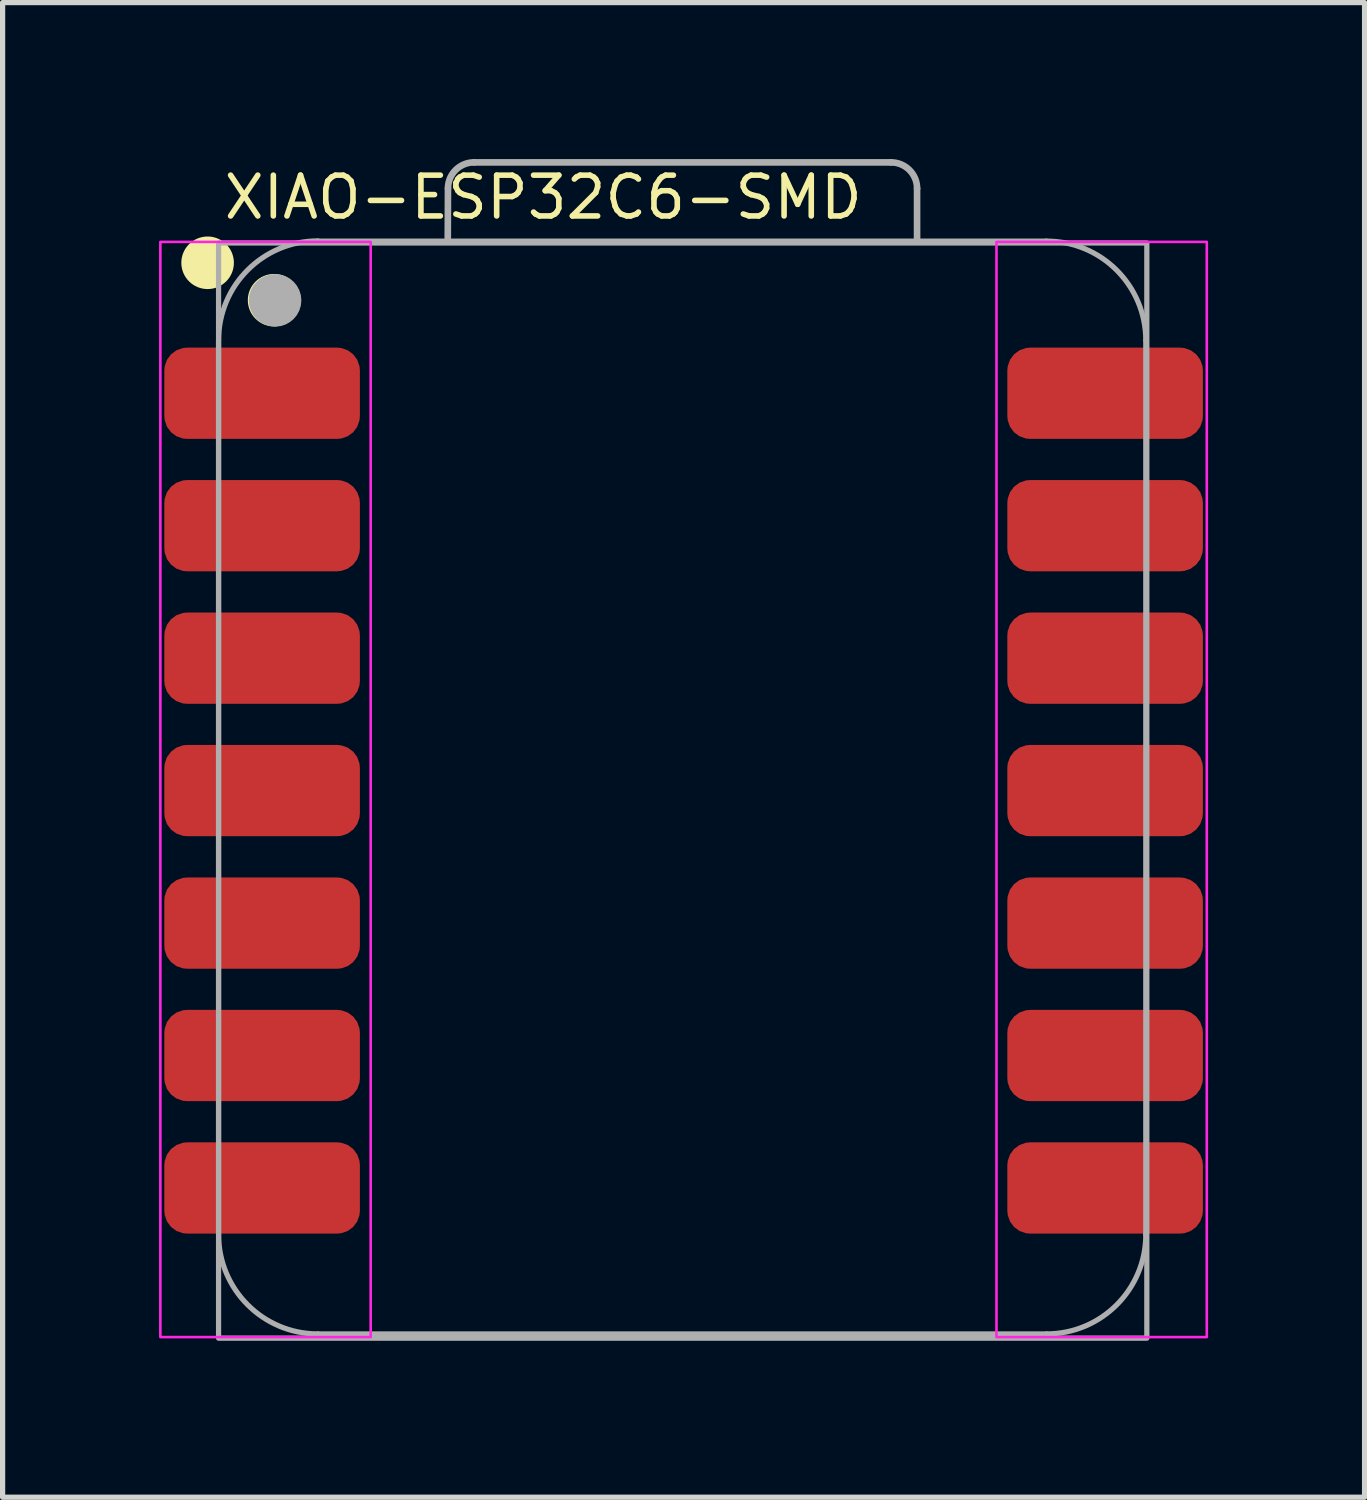
<source format=kicad_pcb>
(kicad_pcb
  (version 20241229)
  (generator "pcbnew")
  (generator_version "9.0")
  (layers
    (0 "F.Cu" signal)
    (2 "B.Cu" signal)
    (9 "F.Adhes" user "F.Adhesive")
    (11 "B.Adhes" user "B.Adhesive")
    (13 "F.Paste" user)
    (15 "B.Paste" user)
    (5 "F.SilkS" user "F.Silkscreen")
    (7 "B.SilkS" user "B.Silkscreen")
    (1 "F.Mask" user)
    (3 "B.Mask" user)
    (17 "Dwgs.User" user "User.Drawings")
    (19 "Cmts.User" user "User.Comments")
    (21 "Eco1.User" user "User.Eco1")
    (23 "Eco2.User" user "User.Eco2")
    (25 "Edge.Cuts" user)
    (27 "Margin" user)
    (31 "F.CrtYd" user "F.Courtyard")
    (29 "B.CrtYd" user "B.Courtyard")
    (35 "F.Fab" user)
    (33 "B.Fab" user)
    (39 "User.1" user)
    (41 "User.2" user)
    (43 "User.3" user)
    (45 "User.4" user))
  (footprint "XIAO-ESP32C6-SMD"
    (layer "F.Cu")
    (at 10.258 12.089)
    (property "Reference" "XIAO-ESP32C6-SMD" (at -9.068 -10.897 0) (layer "F.SilkS") (effects (font (size 0.782 0.782) (thickness 0.107)) (justify left bottom)))
    (fp_circle (center -9.327 -10.1) (end -9.327 -10.354) (stroke (width 0.5) (type solid)) (fill yes) (layer "F.SilkS"))
    (fp_circle (center -8.053 -9.383) (end -8.053 -9.636) (stroke (width 0.5) (type solid)) (fill yes) (layer "F.SilkS"))
    (fp_rect (start -6.2 10.5) (end -10.233 -10.5) (stroke (width 0.05) (type default)) (fill no) (layer "F.CrtYd"))
    (fp_rect (start 5.8 -10.5) (end 9.833 10.5) (stroke (width 0.05) (type default)) (fill no) (layer "F.CrtYd"))
    (fp_line (start -9.117 8.534) (end -9.117 -8.611) (stroke (width 0.1) (type solid)) (layer "F.Fab"))
    (fp_line (start -7.212 10.44) (end 6.758 10.44) (stroke (width 0.1) (type solid)) (layer "F.Fab"))
    (fp_line (start -4.722 -10.515) (end -4.718 -11.526) (stroke (width 0.127) (type solid)) (layer "F.Fab"))
    (fp_line (start -4.218 -12.025) (end 3.777 -12.025) (stroke (width 0.127) (type solid)) (layer "F.Fab"))
    (fp_line (start 4.277 -11.525) (end 4.277 -10.515) (stroke (width 0.127) (type solid)) (layer "F.Fab"))
    (fp_line (start 6.758 -10.515) (end -7.212 -10.515) (stroke (width 0.1) (type solid)) (layer "F.Fab"))
    (fp_line (start 8.663 8.534) (end 8.663 -8.611) (stroke (width 0.1) (type solid)) (layer "F.Fab"))
    (fp_rect (start -9.117 -10.479) (end 8.683 10.521) (stroke (width 0.1) (type default)) (fill no) (layer "F.Fab"))
    (fp_arc (start -9.1166 -8.6145) (mid -8.558638 -9.961538) (end -7.2116 -10.5195) (stroke (width 0.1) (type solid)) (layer "F.Fab"))
    (fp_arc (start -7.2116 10.4395) (mid -8.558638 9.881538) (end -9.1166 8.5345) (stroke (width 0.1) (type solid)) (layer "F.Fab"))
    (fp_arc (start -4.717872 -11.525772) (mid -4.571324 -11.879144) (end -4.217872 -12.0255) (stroke (width 0.127) (type solid)) (layer "F.Fab"))
    (fp_arc (start 3.7774 -12.0255) (mid 4.130953 -11.879053) (end 4.2774 -11.5255) (stroke (width 0.127) (type solid)) (layer "F.Fab"))
    (fp_arc (start 6.7584 -10.5155) (mid 8.105438 -9.957538) (end 8.6634 -8.6105) (stroke (width 0.1) (type solid)) (layer "F.Fab"))
    (fp_arc (start 8.6634 8.5345) (mid 8.105438 9.881538) (end 6.7584 10.4395) (stroke (width 0.1) (type solid)) (layer "F.Fab"))
    (fp_circle (center -8.033 -9.379) (end -8.033 -9.633) (stroke (width 0.5) (type solid)) (fill no) (layer "F.Fab"))
    (pad "1" smd roundrect (at -8.282 -7.598) (size 3.75 1.75) (layers "F.Cu" "F.Mask" "F.Paste") (roundrect_rratio 0.25))
    (pad "2" smd roundrect (at -8.282 -5.059) (size 3.75 1.75) (layers "F.Cu" "F.Mask" "F.Paste") (roundrect_rratio 0.25))
    (pad "3" smd roundrect (at -8.282 -2.518) (size 3.75 1.75) (layers "F.Cu" "F.Mask" "F.Paste") (roundrect_rratio 0.25))
    (pad "4" smd roundrect (at -8.282 0.021) (size 3.75 1.75) (layers "F.Cu" "F.Mask" "F.Paste") (roundrect_rratio 0.25))
    (pad "5" smd roundrect (at -8.282 2.562) (size 3.75 1.75) (layers "F.Cu" "F.Mask" "F.Paste") (roundrect_rratio 0.25))
    (pad "6" smd roundrect (at -8.282 5.101) (size 3.75 1.75) (layers "F.Cu" "F.Mask" "F.Paste") (roundrect_rratio 0.25))
    (pad "7" smd roundrect (at -8.282 7.641) (size 3.75 1.75) (layers "F.Cu" "F.Mask" "F.Paste") (roundrect_rratio 0.25))
    (pad "8" smd roundrect (at 7.883 7.641) (size 3.75 1.75) (layers "F.Cu" "F.Mask" "F.Paste") (roundrect_rratio 0.25))
    (pad "9" smd roundrect (at 7.883 5.101) (size 3.75 1.75) (layers "F.Cu" "F.Mask" "F.Paste") (roundrect_rratio 0.25))
    (pad "10" smd roundrect (at 7.883 2.562) (size 3.75 1.75) (layers "F.Cu" "F.Mask" "F.Paste") (roundrect_rratio 0.25))
    (pad "11" smd roundrect (at 7.883 0.021) (size 3.75 1.75) (layers "F.Cu" "F.Mask" "F.Paste") (roundrect_rratio 0.25))
    (pad "12" smd roundrect (at 7.883 -2.518) (size 3.75 1.75) (layers "F.Cu" "F.Mask" "F.Paste") (roundrect_rratio 0.25))
    (pad "13" smd roundrect (at 7.883 -5.059) (size 3.75 1.75) (layers "F.Cu" "F.Mask" "F.Paste") (roundrect_rratio 0.25))
    (pad "14" smd roundrect (at 7.883 -7.598) (size 3.75 1.75) (layers "F.Cu" "F.Mask" "F.Paste") (roundrect_rratio 0.25)))
  (gr_rect
    (start -3 -3)
    (end 23.116 25.66)
    (stroke (width 0.1) (type default))
    (fill no)
    (layer "Edge.Cuts")))
</source>
